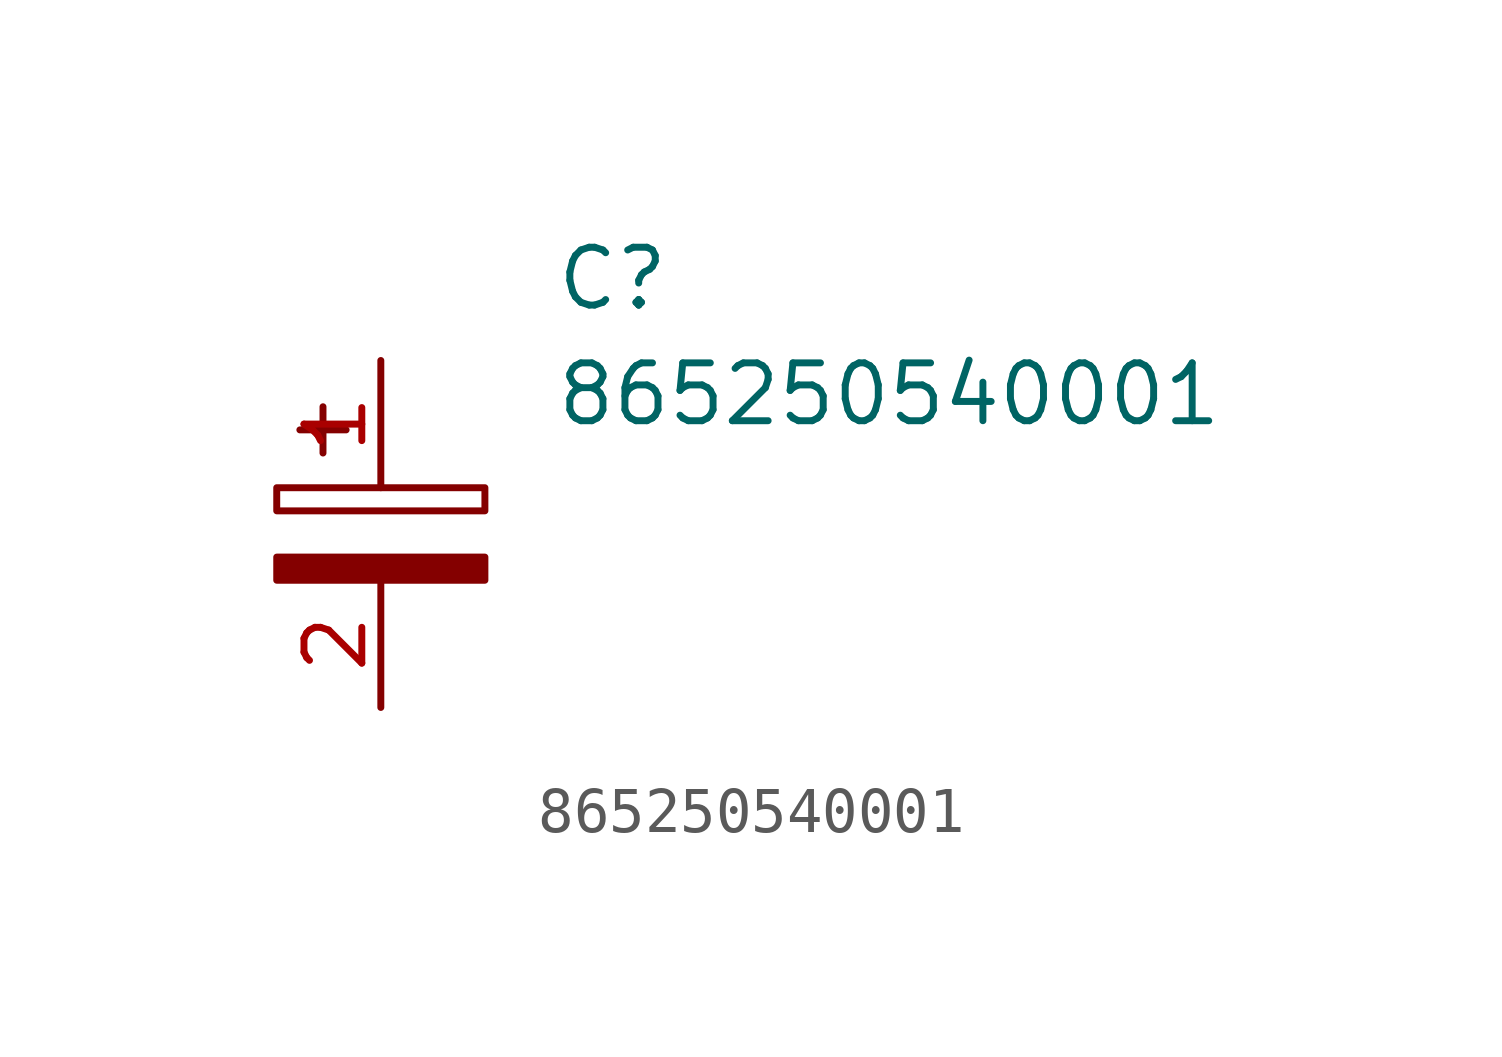
<source format=kicad_sym>
(kicad_symbol_lib
  (version 20231120)
  (generator "kicad_symbol_editor")
  (generator_version "8.0")
  (symbol "865250540001"
    (pin_names hide)
    (property "Reference" "C"
      (at 3.81 6.35 0)
      (effects (font (size 1.27 1.27)) (justify left top)))
    (property "Value" "865250540001"
      (at 3.81 3.81 0)
      (effects (font (size 1.27 1.27)) (justify left top)))
    (symbol "865250540001_0_1"
      (rectangle (start -2.286 0.508) (end 2.286 1.016) (stroke (width 0) (type default)) (fill (type none)))
      (polyline (pts (xy -1.778 2.286) (xy -0.762 2.286)) (stroke (width 0) (type default)) (fill (type none)))
      (polyline (pts (xy -1.27 2.794) (xy -1.27 1.778)) (stroke (width 0) (type default)) (fill (type none)))
      (rectangle (start 2.286 -0.508) (end -2.286 -1.016) (stroke (width 0) (type default)) (fill (type outline))))
    (symbol "865250540001_1_1"
      (pin passive line (at 0 3.81 270) (length 2.794) (name "~" (effects (font (size 1.27 1.27)))) (number "1" (effects (font (size 1.27 1.27)))))
      (pin passive line (at 0 -3.81 90) (length 2.794) (name "~" (effects (font (size 1.27 1.27)))) (number "2" (effects (font (size 1.27 1.27))))))))
</source>
